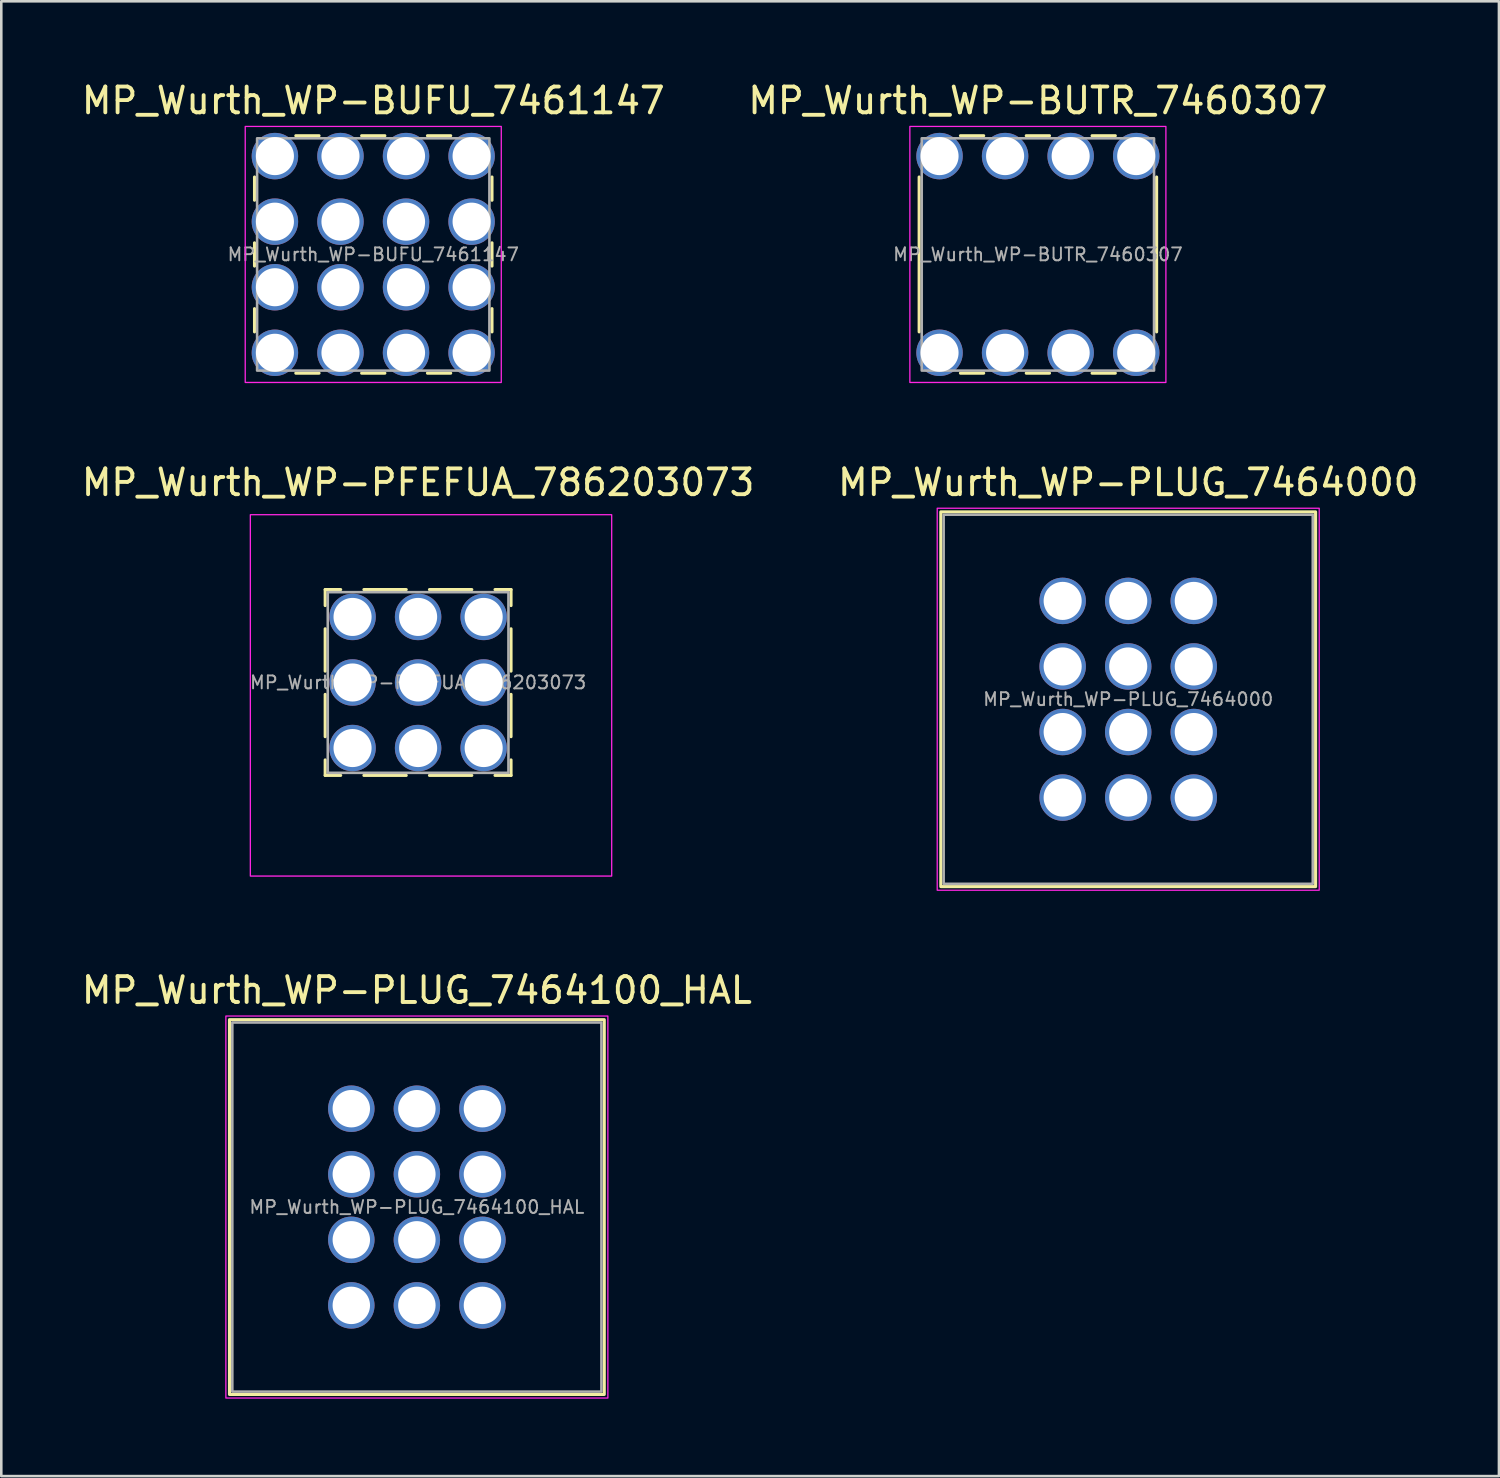
<source format=kicad_pcb>
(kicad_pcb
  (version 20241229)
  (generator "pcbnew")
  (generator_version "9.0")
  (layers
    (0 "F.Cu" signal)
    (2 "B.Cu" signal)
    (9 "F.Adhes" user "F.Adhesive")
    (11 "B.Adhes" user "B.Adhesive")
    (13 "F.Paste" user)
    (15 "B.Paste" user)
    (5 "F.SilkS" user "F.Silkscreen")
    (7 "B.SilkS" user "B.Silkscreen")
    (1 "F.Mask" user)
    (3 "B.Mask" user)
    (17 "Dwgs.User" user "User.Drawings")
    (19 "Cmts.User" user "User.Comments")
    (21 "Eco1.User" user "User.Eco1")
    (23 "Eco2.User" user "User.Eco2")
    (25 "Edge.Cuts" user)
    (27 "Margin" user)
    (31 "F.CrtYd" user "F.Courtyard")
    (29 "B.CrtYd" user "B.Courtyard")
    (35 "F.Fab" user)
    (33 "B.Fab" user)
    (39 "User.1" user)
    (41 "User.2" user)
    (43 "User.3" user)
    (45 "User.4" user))
  (footprint "MP_Wurth_WP-PFEFUA_786203073"
    (layer "F.Cu")
    (at 13.149 23.392)
    (property "Reference" "MP_Wurth_WP-PFEFUA_786203073" (at 0 -7.75 0) (unlocked yes) (layer "F.SilkS") (effects (font (size 1 1) (thickness 0.15))))
    (attr through_hole)
    (fp_line (start -3.6 -3.6) (end -3 -3.6) (stroke (width 0.12) (type solid)) (layer "F.SilkS"))
    (fp_line (start -3.6 -2.98) (end -3.6 -3.6) (stroke (width 0.12) (type solid)) (layer "F.SilkS"))
    (fp_line (start -3.6 -0.44) (end -3.6 -2.08) (stroke (width 0.12) (type solid)) (layer "F.SilkS"))
    (fp_line (start -3.6 2.1) (end -3.6 0.46) (stroke (width 0.12) (type solid)) (layer "F.SilkS"))
    (fp_line (start -3.6 3.6) (end -3.6 3) (stroke (width 0.12) (type solid)) (layer "F.SilkS"))
    (fp_line (start -3 3.6) (end -3.6 3.6) (stroke (width 0.12) (type solid)) (layer "F.SilkS"))
    (fp_line (start -2.1 -3.6) (end -0.46 -3.6) (stroke (width 0.12) (type solid)) (layer "F.SilkS"))
    (fp_line (start -0.46 3.6) (end -2.1 3.6) (stroke (width 0.12) (type solid)) (layer "F.SilkS"))
    (fp_line (start 0.44 -3.6) (end 2.08 -3.6) (stroke (width 0.12) (type solid)) (layer "F.SilkS"))
    (fp_line (start 2.08 3.6) (end 0.44 3.6) (stroke (width 0.12) (type solid)) (layer "F.SilkS"))
    (fp_line (start 2.98 -3.6) (end 3.6 -3.6) (stroke (width 0.12) (type solid)) (layer "F.SilkS"))
    (fp_line (start 3.6 -3.6) (end 3.6 -2.98) (stroke (width 0.12) (type solid)) (layer "F.SilkS"))
    (fp_line (start 3.6 -2.08) (end 3.6 -0.44) (stroke (width 0.12) (type solid)) (layer "F.SilkS"))
    (fp_line (start 3.6 0.46) (end 3.6 2.1) (stroke (width 0.12) (type solid)) (layer "F.SilkS"))
    (fp_line (start 3.6 3) (end 3.6 3.6) (stroke (width 0.12) (type solid)) (layer "F.SilkS"))
    (fp_line (start 3.6 3.6) (end 2.98 3.6) (stroke (width 0.12) (type solid)) (layer "F.SilkS"))
    (fp_rect (start -6.5 -6.5) (end 7.5 7.5) (stroke (width 0.05) (type solid)) (fill no) (layer "F.CrtYd"))
    (fp_rect (start -3.5 -3.5) (end 3.5 3.5) (stroke (width 0.1) (type solid)) (fill no) (layer "F.Fab"))
    (fp_text user "${REFERENCE}" (at 0 0 0) (unlocked yes) (layer "F.Fab") (effects (font (size 0.5 0.5) (thickness 0.075))))
    (pad "1" thru_hole circle (at -2.54 -2.54) (size 1.8 1.8) (drill 1.475) (layers "*.Cu" "*.Mask"))
    (pad "1" thru_hole circle (at -2.54 0) (size 1.8 1.8) (drill 1.475) (layers "*.Cu" "*.Mask"))
    (pad "1" thru_hole circle (at -2.54 2.54) (size 1.8 1.8) (drill 1.475) (layers "*.Cu" "*.Mask"))
    (pad "1" thru_hole circle (at 0 -2.54) (size 1.8 1.8) (drill 1.475) (layers "*.Cu" "*.Mask"))
    (pad "1" thru_hole circle (at 0 0) (size 1.8 1.8) (drill 1.475) (layers "*.Cu" "*.Mask"))
    (pad "1" thru_hole circle (at 0 2.54) (size 1.8 1.8) (drill 1.475) (layers "*.Cu" "*.Mask"))
    (pad "1" thru_hole circle (at 2.54 -2.54) (size 1.8 1.8) (drill 1.475) (layers "*.Cu" "*.Mask"))
    (pad "1" thru_hole circle (at 2.54 0) (size 1.8 1.8) (drill 1.475) (layers "*.Cu" "*.Mask"))
    (pad "1" thru_hole circle (at 2.54 2.54) (size 1.8 1.8) (drill 1.475) (layers "*.Cu" "*.Mask")))
  (footprint "MP_Wurth_WP-BUFU_7461147"
    (layer "F.Cu")
    (at 11.411 6.808)
    (property "Reference" "MP_Wurth_WP-BUFU_7461147" (at 0 -5.96 0) (unlocked yes) (layer "F.SilkS") (effects (font (size 1 1) (thickness 0.15))))
    (attr through_hole)
    (fp_line (start -4.6 -2.1) (end -4.6 -3) (stroke (width 0.12) (type solid)) (layer "F.SilkS"))
    (fp_line (start -4.6 0.45) (end -4.6 -0.45) (stroke (width 0.12) (type solid)) (layer "F.SilkS"))
    (fp_line (start -4.6 3) (end -4.6 2.1) (stroke (width 0.12) (type solid)) (layer "F.SilkS"))
    (fp_line (start -3 -4.6) (end -2.1 -4.6) (stroke (width 0.12) (type solid)) (layer "F.SilkS"))
    (fp_line (start -2.1 4.6) (end -3 4.6) (stroke (width 0.12) (type solid)) (layer "F.SilkS"))
    (fp_line (start -0.45 -4.6) (end 0.45 -4.6) (stroke (width 0.12) (type solid)) (layer "F.SilkS"))
    (fp_line (start 0.45 4.6) (end -0.45 4.6) (stroke (width 0.12) (type solid)) (layer "F.SilkS"))
    (fp_line (start 2.1 -4.6) (end 3 -4.6) (stroke (width 0.12) (type solid)) (layer "F.SilkS"))
    (fp_line (start 3 4.6) (end 2.1 4.6) (stroke (width 0.12) (type solid)) (layer "F.SilkS"))
    (fp_line (start 4.6 -3) (end 4.6 -2.1) (stroke (width 0.12) (type solid)) (layer "F.SilkS"))
    (fp_line (start 4.6 -0.45) (end 4.6 0.45) (stroke (width 0.12) (type solid)) (layer "F.SilkS"))
    (fp_line (start 4.6 2.1) (end 4.6 3) (stroke (width 0.12) (type solid)) (layer "F.SilkS"))
    (fp_rect (start -4.96 -4.96) (end 4.96 4.96) (stroke (width 0.05) (type solid)) (fill no) (layer "F.CrtYd"))
    (fp_rect (start -4.5 -4.5) (end 4.5 4.5) (stroke (width 0.1) (type solid)) (fill no) (layer "F.Fab"))
    (fp_text user "${REFERENCE}" (at 0 0 0) (unlocked yes) (layer "F.Fab") (effects (font (size 0.5 0.5) (thickness 0.075))))
    (pad "1" thru_hole circle (at -3.81 -3.81) (size 1.8 1.8) (drill 1.475) (layers "*.Cu" "*.Mask"))
    (pad "1" thru_hole circle (at -3.81 -1.27) (size 1.8 1.8) (drill 1.475) (layers "*.Cu" "*.Mask"))
    (pad "1" thru_hole circle (at -3.81 1.27) (size 1.8 1.8) (drill 1.475) (layers "*.Cu" "*.Mask"))
    (pad "1" thru_hole circle (at -3.81 3.81) (size 1.8 1.8) (drill 1.475) (layers "*.Cu" "*.Mask"))
    (pad "1" thru_hole circle (at -1.27 -3.81) (size 1.8 1.8) (drill 1.475) (layers "*.Cu" "*.Mask"))
    (pad "1" thru_hole circle (at -1.27 -1.27) (size 1.8 1.8) (drill 1.475) (layers "*.Cu" "*.Mask"))
    (pad "1" thru_hole circle (at -1.27 1.27) (size 1.8 1.8) (drill 1.475) (layers "*.Cu" "*.Mask"))
    (pad "1" thru_hole circle (at -1.27 3.81) (size 1.8 1.8) (drill 1.475) (layers "*.Cu" "*.Mask"))
    (pad "1" thru_hole circle (at 1.27 -3.81) (size 1.8 1.8) (drill 1.475) (layers "*.Cu" "*.Mask"))
    (pad "1" thru_hole circle (at 1.27 -1.27) (size 1.8 1.8) (drill 1.475) (layers "*.Cu" "*.Mask"))
    (pad "1" thru_hole circle (at 1.27 1.27) (size 1.8 1.8) (drill 1.475) (layers "*.Cu" "*.Mask"))
    (pad "1" thru_hole circle (at 1.27 3.81) (size 1.8 1.8) (drill 1.475) (layers "*.Cu" "*.Mask"))
    (pad "1" thru_hole circle (at 3.81 -3.81) (size 1.8 1.8) (drill 1.475) (layers "*.Cu" "*.Mask"))
    (pad "1" thru_hole circle (at 3.81 -1.27) (size 1.8 1.8) (drill 1.475) (layers "*.Cu" "*.Mask"))
    (pad "1" thru_hole circle (at 3.81 1.27) (size 1.8 1.8) (drill 1.475) (layers "*.Cu" "*.Mask"))
    (pad "1" thru_hole circle (at 3.81 3.81) (size 1.8 1.8) (drill 1.475) (layers "*.Cu" "*.Mask")))
  (footprint "MP_Wurth_WP-PLUG_7464000"
    (layer "F.Cu")
    (at 40.661 24.041)
    (property "Reference" "MP_Wurth_WP-PLUG_7464000" (at 0 -8.4 0) (unlocked yes) (layer "F.SilkS") (effects (font (size 1 1) (thickness 0.15))))
    (attr through_hole)
    (fp_rect (start -7.26 -7.26) (end 7.26 7.26) (stroke (width 0.12) (type solid)) (fill no) (layer "F.SilkS"))
    (fp_rect (start -7.4 -7.4) (end 7.4 7.4) (stroke (width 0.05) (type solid)) (fill no) (layer "F.CrtYd"))
    (fp_rect (start -7.15 -7.15) (end 7.15 7.15) (stroke (width 0.1) (type solid)) (fill no) (layer "F.Fab"))
    (fp_text user "${REFERENCE}" (at 0 0 0) (unlocked yes) (layer "F.Fab") (effects (font (size 0.5 0.5) (thickness 0.075))))
    (pad "1" thru_hole circle (at -2.54 -3.81) (size 1.8 1.8) (drill 1.475) (layers "*.Cu" "*.Mask"))
    (pad "1" thru_hole circle (at -2.54 -1.27) (size 1.8 1.8) (drill 1.475) (layers "*.Cu" "*.Mask"))
    (pad "1" thru_hole circle (at -2.54 1.27) (size 1.8 1.8) (drill 1.475) (layers "*.Cu" "*.Mask"))
    (pad "1" thru_hole circle (at -2.54 3.81) (size 1.8 1.8) (drill 1.475) (layers "*.Cu" "*.Mask"))
    (pad "1" thru_hole circle (at 0 -3.81) (size 1.8 1.8) (drill 1.475) (layers "*.Cu" "*.Mask"))
    (pad "1" thru_hole circle (at 0 -1.27) (size 1.8 1.8) (drill 1.475) (layers "*.Cu" "*.Mask"))
    (pad "1" thru_hole circle (at 0 1.27) (size 1.8 1.8) (drill 1.475) (layers "*.Cu" "*.Mask"))
    (pad "1" thru_hole circle (at 0 3.81) (size 1.8 1.8) (drill 1.475) (layers "*.Cu" "*.Mask"))
    (pad "1" thru_hole circle (at 2.54 -3.81) (size 1.8 1.8) (drill 1.475) (layers "*.Cu" "*.Mask"))
    (pad "1" thru_hole circle (at 2.54 -1.27) (size 1.8 1.8) (drill 1.475) (layers "*.Cu" "*.Mask"))
    (pad "1" thru_hole circle (at 2.54 1.27) (size 1.8 1.8) (drill 1.475) (layers "*.Cu" "*.Mask"))
    (pad "1" thru_hole circle (at 2.54 3.81) (size 1.8 1.8) (drill 1.475) (layers "*.Cu" "*.Mask")))
  (footprint "MP_Wurth_WP-PLUG_7464100_HAL"
    (layer "F.Cu")
    (at 13.101 43.715)
    (property "Reference" "MP_Wurth_WP-PLUG_7464100_HAL" (at 0 -8.4 0) (unlocked yes) (layer "F.SilkS") (effects (font (size 1 1) (thickness 0.15))))
    (attr through_hole)
    (fp_rect (start -7.26 -7.26) (end 7.26 7.26) (stroke (width 0.12) (type solid)) (fill no) (layer "F.SilkS"))
    (fp_rect (start -7.4 -7.4) (end 7.4 7.4) (stroke (width 0.05) (type solid)) (fill no) (layer "F.CrtYd"))
    (fp_rect (start -7.15 -7.15) (end 7.15 7.15) (stroke (width 0.1) (type solid)) (fill no) (layer "F.Fab"))
    (fp_text user "${REFERENCE}" (at 0 0 0) (unlocked yes) (layer "F.Fab") (effects (font (size 0.5 0.5) (thickness 0.075))))
    (pad "1" thru_hole circle (at -2.54 -3.81) (size 1.8 1.8) (drill 1.45) (layers "*.Cu" "*.Mask"))
    (pad "1" thru_hole circle (at -2.54 -1.27) (size 1.8 1.8) (drill 1.45) (layers "*.Cu" "*.Mask"))
    (pad "1" thru_hole circle (at -2.54 1.27) (size 1.8 1.8) (drill 1.45) (layers "*.Cu" "*.Mask"))
    (pad "1" thru_hole circle (at -2.54 3.81) (size 1.8 1.8) (drill 1.45) (layers "*.Cu" "*.Mask"))
    (pad "1" thru_hole circle (at 0 -3.81) (size 1.8 1.8) (drill 1.45) (layers "*.Cu" "*.Mask"))
    (pad "1" thru_hole circle (at 0 -1.27) (size 1.8 1.8) (drill 1.45) (layers "*.Cu" "*.Mask"))
    (pad "1" thru_hole circle (at 0 1.27) (size 1.8 1.8) (drill 1.45) (layers "*.Cu" "*.Mask"))
    (pad "1" thru_hole circle (at 0 3.81) (size 1.8 1.8) (drill 1.45) (layers "*.Cu" "*.Mask"))
    (pad "1" thru_hole circle (at 2.54 -3.81) (size 1.8 1.8) (drill 1.45) (layers "*.Cu" "*.Mask"))
    (pad "1" thru_hole circle (at 2.54 -1.27) (size 1.8 1.8) (drill 1.45) (layers "*.Cu" "*.Mask"))
    (pad "1" thru_hole circle (at 2.54 1.27) (size 1.8 1.8) (drill 1.45) (layers "*.Cu" "*.Mask"))
    (pad "1" thru_hole circle (at 2.54 3.81) (size 1.8 1.8) (drill 1.45) (layers "*.Cu" "*.Mask")))
  (footprint "MP_Wurth_WP-BUTR_7460307"
    (layer "F.Cu")
    (at 37.161 6.808)
    (property "Reference" "MP_Wurth_WP-BUTR_7460307" (at 0 -5.96 0) (unlocked yes) (layer "F.SilkS") (effects (font (size 1 1) (thickness 0.15))))
    (attr through_hole)
    (fp_line (start -4.6 3) (end -4.6 -3) (stroke (width 0.12) (type solid)) (layer "F.SilkS"))
    (fp_line (start -3 -4.6) (end -2.1 -4.6) (stroke (width 0.12) (type solid)) (layer "F.SilkS"))
    (fp_line (start -2.1 4.6) (end -3 4.6) (stroke (width 0.12) (type solid)) (layer "F.SilkS"))
    (fp_line (start -0.45 -4.6) (end 0.45 -4.6) (stroke (width 0.12) (type solid)) (layer "F.SilkS"))
    (fp_line (start 0.45 4.6) (end -0.45 4.6) (stroke (width 0.12) (type solid)) (layer "F.SilkS"))
    (fp_line (start 2.1 -4.6) (end 3 -4.6) (stroke (width 0.12) (type solid)) (layer "F.SilkS"))
    (fp_line (start 3 4.6) (end 2.1 4.6) (stroke (width 0.12) (type solid)) (layer "F.SilkS"))
    (fp_line (start 4.6 -3) (end 4.6 3) (stroke (width 0.12) (type solid)) (layer "F.SilkS"))
    (fp_rect (start -4.96 -4.96) (end 4.96 4.96) (stroke (width 0.05) (type solid)) (fill no) (layer "F.CrtYd"))
    (fp_rect (start -4.5 -4.5) (end 4.5 4.5) (stroke (width 0.1) (type solid)) (fill no) (layer "F.Fab"))
    (fp_text user "${REFERENCE}" (at 0 0 0) (unlocked yes) (layer "F.Fab") (effects (font (size 0.5 0.5) (thickness 0.075))))
    (pad "1" thru_hole circle (at -3.81 -3.81) (size 1.8 1.8) (drill 1.475) (layers "*.Cu" "*.Mask"))
    (pad "1" thru_hole circle (at -3.81 3.81) (size 1.8 1.8) (drill 1.475) (layers "*.Cu" "*.Mask"))
    (pad "1" thru_hole circle (at -1.27 -3.81) (size 1.8 1.8) (drill 1.475) (layers "*.Cu" "*.Mask"))
    (pad "1" thru_hole circle (at -1.27 3.81) (size 1.8 1.8) (drill 1.475) (layers "*.Cu" "*.Mask"))
    (pad "1" thru_hole circle (at 1.27 -3.81) (size 1.8 1.8) (drill 1.475) (layers "*.Cu" "*.Mask"))
    (pad "1" thru_hole circle (at 1.27 3.81) (size 1.8 1.8) (drill 1.475) (layers "*.Cu" "*.Mask"))
    (pad "1" thru_hole circle (at 3.81 -3.81) (size 1.8 1.8) (drill 1.475) (layers "*.Cu" "*.Mask"))
    (pad "1" thru_hole circle (at 3.81 3.81) (size 1.8 1.8) (drill 1.475) (layers "*.Cu" "*.Mask")))
  (gr_rect
    (start -3 -3)
    (end 55.024 54.14)
    (stroke (width 0.1) (type default))
    (fill no)
    (layer "Edge.Cuts")))
</source>
